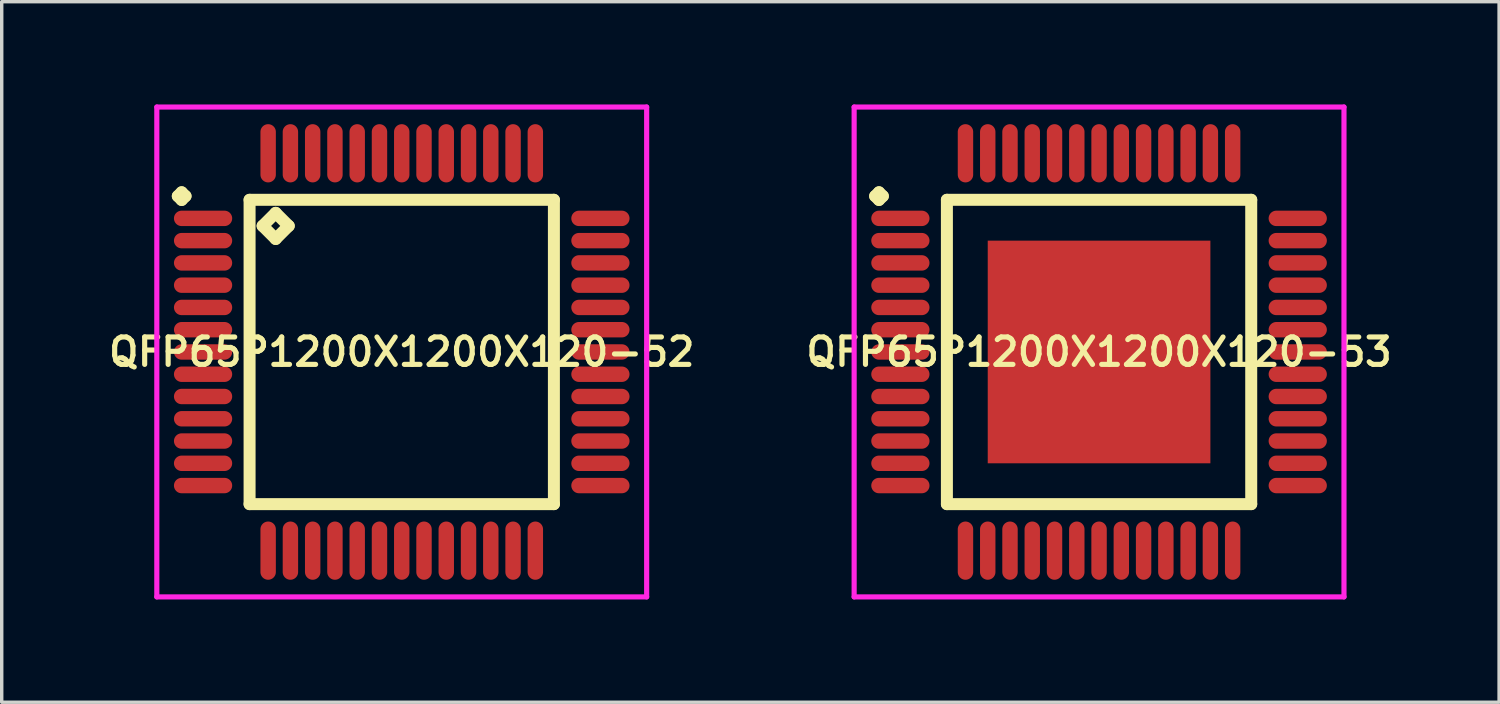
<source format=kicad_pcb>
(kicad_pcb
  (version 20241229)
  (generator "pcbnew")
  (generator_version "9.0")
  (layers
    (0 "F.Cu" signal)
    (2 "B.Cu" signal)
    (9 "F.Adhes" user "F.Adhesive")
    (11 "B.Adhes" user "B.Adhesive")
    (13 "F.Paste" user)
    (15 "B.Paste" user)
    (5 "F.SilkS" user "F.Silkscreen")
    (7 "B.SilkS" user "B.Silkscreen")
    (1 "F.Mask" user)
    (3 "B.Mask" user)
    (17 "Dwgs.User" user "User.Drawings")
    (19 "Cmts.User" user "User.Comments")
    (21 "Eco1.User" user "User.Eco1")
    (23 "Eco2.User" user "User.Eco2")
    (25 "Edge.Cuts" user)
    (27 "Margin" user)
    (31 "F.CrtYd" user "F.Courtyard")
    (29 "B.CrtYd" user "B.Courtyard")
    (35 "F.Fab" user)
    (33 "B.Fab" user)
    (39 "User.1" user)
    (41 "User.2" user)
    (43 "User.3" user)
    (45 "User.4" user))
  (footprint "QFP65P1200X1200X120-53"
    (layer "F.Cu")
    (at 29.035 7.225)
    (property "Reference" "QFP65P1200X1200X120-53" (at 0 0 0) (layer "F.SilkS") (effects (font (size 0.8 0.8) (thickness 0.15))))
    (attr smd)
    (fp_line (start -6.537 -4.55) (end -6.425 -4.662) (stroke (width 0.35) (type solid)) (layer "F.SilkS"))
    (fp_line (start -6.425 -4.662) (end -6.312 -4.55) (stroke (width 0.35) (type solid)) (layer "F.SilkS"))
    (fp_line (start -6.425 -4.438) (end -6.537 -4.55) (stroke (width 0.35) (type solid)) (layer "F.SilkS"))
    (fp_line (start -6.312 -4.55) (end -6.425 -4.438) (stroke (width 0.35) (type solid)) (layer "F.SilkS"))
    (fp_line (start -4.442 -4.442) (end -4.442 4.442) (stroke (width 0.35) (type solid)) (layer "F.SilkS"))
    (fp_line (start -4.442 4.442) (end 4.442 4.442) (stroke (width 0.35) (type solid)) (layer "F.SilkS"))
    (fp_line (start 4.442 -4.442) (end -4.442 -4.442) (stroke (width 0.35) (type solid)) (layer "F.SilkS"))
    (fp_line (start 4.442 4.442) (end 4.442 -4.442) (stroke (width 0.35) (type solid)) (layer "F.SilkS"))
    (fp_line (start -7.15 -7.15) (end 7.15 -7.15) (stroke (width 0.15) (type solid)) (layer "F.CrtYd"))
    (fp_line (start -7.15 7.15) (end -7.15 -7.15) (stroke (width 0.15) (type solid)) (layer "F.CrtYd"))
    (fp_line (start 7.15 -7.15) (end 7.15 7.15) (stroke (width 0.15) (type solid)) (layer "F.CrtYd"))
    (fp_line (start 7.15 7.15) (end -7.15 7.15) (stroke (width 0.15) (type solid)) (layer "F.CrtYd"))
    (pad "1" smd oval (at -5.8 -3.9) (size 1.7 0.45) (layers "F.Cu" "F.Mask" "F.Paste"))
    (pad "2" smd oval (at -5.8 -3.25) (size 1.7 0.45) (layers "F.Cu" "F.Mask" "F.Paste"))
    (pad "3" smd oval (at -5.8 -2.6) (size 1.7 0.45) (layers "F.Cu" "F.Mask" "F.Paste"))
    (pad "4" smd oval (at -5.8 -1.95) (size 1.7 0.45) (layers "F.Cu" "F.Mask" "F.Paste"))
    (pad "5" smd oval (at -5.8 -1.3) (size 1.7 0.45) (layers "F.Cu" "F.Mask" "F.Paste"))
    (pad "6" smd oval (at -5.8 -0.65) (size 1.7 0.45) (layers "F.Cu" "F.Mask" "F.Paste"))
    (pad "7" smd oval (at -5.8 0) (size 1.7 0.45) (layers "F.Cu" "F.Mask" "F.Paste"))
    (pad "8" smd oval (at -5.8 0.65) (size 1.7 0.45) (layers "F.Cu" "F.Mask" "F.Paste"))
    (pad "9" smd oval (at -5.8 1.3) (size 1.7 0.45) (layers "F.Cu" "F.Mask" "F.Paste"))
    (pad "10" smd oval (at -5.8 1.95) (size 1.7 0.45) (layers "F.Cu" "F.Mask" "F.Paste"))
    (pad "11" smd oval (at -5.8 2.6) (size 1.7 0.45) (layers "F.Cu" "F.Mask" "F.Paste"))
    (pad "12" smd oval (at -5.8 3.25) (size 1.7 0.45) (layers "F.Cu" "F.Mask" "F.Paste"))
    (pad "13" smd oval (at -5.8 3.9) (size 1.7 0.45) (layers "F.Cu" "F.Mask" "F.Paste"))
    (pad "14" smd oval (at -3.9 5.8) (size 0.45 1.7) (layers "F.Cu" "F.Mask" "F.Paste"))
    (pad "15" smd oval (at -3.25 5.8) (size 0.45 1.7) (layers "F.Cu" "F.Mask" "F.Paste"))
    (pad "16" smd oval (at -2.6 5.8) (size 0.45 1.7) (layers "F.Cu" "F.Mask" "F.Paste"))
    (pad "17" smd oval (at -1.95 5.8) (size 0.45 1.7) (layers "F.Cu" "F.Mask" "F.Paste"))
    (pad "18" smd oval (at -1.3 5.8) (size 0.45 1.7) (layers "F.Cu" "F.Mask" "F.Paste"))
    (pad "19" smd oval (at -0.65 5.8) (size 0.45 1.7) (layers "F.Cu" "F.Mask" "F.Paste"))
    (pad "20" smd oval (at 0 5.8) (size 0.45 1.7) (layers "F.Cu" "F.Mask" "F.Paste"))
    (pad "21" smd oval (at 0.65 5.8) (size 0.45 1.7) (layers "F.Cu" "F.Mask" "F.Paste"))
    (pad "22" smd oval (at 1.3 5.8) (size 0.45 1.7) (layers "F.Cu" "F.Mask" "F.Paste"))
    (pad "23" smd oval (at 1.95 5.8) (size 0.45 1.7) (layers "F.Cu" "F.Mask" "F.Paste"))
    (pad "24" smd oval (at 2.6 5.8) (size 0.45 1.7) (layers "F.Cu" "F.Mask" "F.Paste"))
    (pad "25" smd oval (at 3.25 5.8) (size 0.45 1.7) (layers "F.Cu" "F.Mask" "F.Paste"))
    (pad "26" smd oval (at 3.9 5.8) (size 0.45 1.7) (layers "F.Cu" "F.Mask" "F.Paste"))
    (pad "27" smd oval (at 5.8 3.9) (size 1.7 0.45) (layers "F.Cu" "F.Mask" "F.Paste"))
    (pad "28" smd oval (at 5.8 3.25) (size 1.7 0.45) (layers "F.Cu" "F.Mask" "F.Paste"))
    (pad "29" smd oval (at 5.8 2.6) (size 1.7 0.45) (layers "F.Cu" "F.Mask" "F.Paste"))
    (pad "30" smd oval (at 5.8 1.95) (size 1.7 0.45) (layers "F.Cu" "F.Mask" "F.Paste"))
    (pad "31" smd oval (at 5.8 1.3) (size 1.7 0.45) (layers "F.Cu" "F.Mask" "F.Paste"))
    (pad "32" smd oval (at 5.8 0.65) (size 1.7 0.45) (layers "F.Cu" "F.Mask" "F.Paste"))
    (pad "33" smd oval (at 5.8 0) (size 1.7 0.45) (layers "F.Cu" "F.Mask" "F.Paste"))
    (pad "34" smd oval (at 5.8 -0.65) (size 1.7 0.45) (layers "F.Cu" "F.Mask" "F.Paste"))
    (pad "35" smd oval (at 5.8 -1.3) (size 1.7 0.45) (layers "F.Cu" "F.Mask" "F.Paste"))
    (pad "36" smd oval (at 5.8 -1.95) (size 1.7 0.45) (layers "F.Cu" "F.Mask" "F.Paste"))
    (pad "37" smd oval (at 5.8 -2.6) (size 1.7 0.45) (layers "F.Cu" "F.Mask" "F.Paste"))
    (pad "38" smd oval (at 5.8 -3.25) (size 1.7 0.45) (layers "F.Cu" "F.Mask" "F.Paste"))
    (pad "39" smd oval (at 5.8 -3.9) (size 1.7 0.45) (layers "F.Cu" "F.Mask" "F.Paste"))
    (pad "40" smd oval (at 3.9 -5.8) (size 0.45 1.7) (layers "F.Cu" "F.Mask" "F.Paste"))
    (pad "41" smd oval (at 3.25 -5.8) (size 0.45 1.7) (layers "F.Cu" "F.Mask" "F.Paste"))
    (pad "42" smd oval (at 2.6 -5.8) (size 0.45 1.7) (layers "F.Cu" "F.Mask" "F.Paste"))
    (pad "43" smd oval (at 1.95 -5.8) (size 0.45 1.7) (layers "F.Cu" "F.Mask" "F.Paste"))
    (pad "44" smd oval (at 1.3 -5.8) (size 0.45 1.7) (layers "F.Cu" "F.Mask" "F.Paste"))
    (pad "45" smd oval (at 0.65 -5.8) (size 0.45 1.7) (layers "F.Cu" "F.Mask" "F.Paste"))
    (pad "46" smd oval (at 0 -5.8) (size 0.45 1.7) (layers "F.Cu" "F.Mask" "F.Paste"))
    (pad "47" smd oval (at -0.65 -5.8) (size 0.45 1.7) (layers "F.Cu" "F.Mask" "F.Paste"))
    (pad "48" smd oval (at -1.3 -5.8) (size 0.45 1.7) (layers "F.Cu" "F.Mask" "F.Paste"))
    (pad "49" smd oval (at -1.95 -5.8) (size 0.45 1.7) (layers "F.Cu" "F.Mask" "F.Paste"))
    (pad "50" smd oval (at -2.6 -5.8) (size 0.45 1.7) (layers "F.Cu" "F.Mask" "F.Paste"))
    (pad "51" smd oval (at -3.25 -5.8) (size 0.45 1.7) (layers "F.Cu" "F.Mask" "F.Paste"))
    (pad "52" smd oval (at -3.9 -5.8) (size 0.45 1.7) (layers "F.Cu" "F.Mask" "F.Paste"))
    (pad "53" smd rect (at 0 0) (size 6.5 6.5) (layers "F.Cu" "F.Mask" "F.Paste")))
  (footprint "QFP65P1200X1200X120-52"
    (layer "F.Cu")
    (at 8.678 7.225)
    (property "Reference" "QFP65P1200X1200X120-52" (at 0 0 0) (layer "F.SilkS") (effects (font (size 0.8 0.8) (thickness 0.15))))
    (attr smd)
    (fp_line (start -6.537 -4.55) (end -6.425 -4.662) (stroke (width 0.35) (type solid)) (layer "F.SilkS"))
    (fp_line (start -6.425 -4.662) (end -6.312 -4.55) (stroke (width 0.35) (type solid)) (layer "F.SilkS"))
    (fp_line (start -6.425 -4.438) (end -6.537 -4.55) (stroke (width 0.35) (type solid)) (layer "F.SilkS"))
    (fp_line (start -6.312 -4.55) (end -6.425 -4.438) (stroke (width 0.35) (type solid)) (layer "F.SilkS"))
    (fp_line (start -4.442 -4.442) (end -4.442 4.442) (stroke (width 0.35) (type solid)) (layer "F.SilkS"))
    (fp_line (start -4.442 4.442) (end 4.442 4.442) (stroke (width 0.35) (type solid)) (layer "F.SilkS"))
    (fp_line (start -4.061 -3.68) (end -3.68 -4.061) (stroke (width 0.35) (type solid)) (layer "F.SilkS"))
    (fp_line (start -3.68 -4.061) (end -3.299 -3.68) (stroke (width 0.35) (type solid)) (layer "F.SilkS"))
    (fp_line (start -3.68 -3.299) (end -4.061 -3.68) (stroke (width 0.35) (type solid)) (layer "F.SilkS"))
    (fp_line (start -3.299 -3.68) (end -3.68 -3.299) (stroke (width 0.35) (type solid)) (layer "F.SilkS"))
    (fp_line (start 4.442 -4.442) (end -4.442 -4.442) (stroke (width 0.35) (type solid)) (layer "F.SilkS"))
    (fp_line (start 4.442 4.442) (end 4.442 -4.442) (stroke (width 0.35) (type solid)) (layer "F.SilkS"))
    (fp_line (start -7.15 -7.15) (end 7.15 -7.15) (stroke (width 0.15) (type solid)) (layer "F.CrtYd"))
    (fp_line (start -7.15 7.15) (end -7.15 -7.15) (stroke (width 0.15) (type solid)) (layer "F.CrtYd"))
    (fp_line (start 7.15 -7.15) (end 7.15 7.15) (stroke (width 0.15) (type solid)) (layer "F.CrtYd"))
    (fp_line (start 7.15 7.15) (end -7.15 7.15) (stroke (width 0.15) (type solid)) (layer "F.CrtYd"))
    (pad "1" smd oval (at -5.8 -3.9) (size 1.7 0.45) (layers "F.Cu" "F.Mask" "F.Paste"))
    (pad "2" smd oval (at -5.8 -3.25) (size 1.7 0.45) (layers "F.Cu" "F.Mask" "F.Paste"))
    (pad "3" smd oval (at -5.8 -2.6) (size 1.7 0.45) (layers "F.Cu" "F.Mask" "F.Paste"))
    (pad "4" smd oval (at -5.8 -1.95) (size 1.7 0.45) (layers "F.Cu" "F.Mask" "F.Paste"))
    (pad "5" smd oval (at -5.8 -1.3) (size 1.7 0.45) (layers "F.Cu" "F.Mask" "F.Paste"))
    (pad "6" smd oval (at -5.8 -0.65) (size 1.7 0.45) (layers "F.Cu" "F.Mask" "F.Paste"))
    (pad "7" smd oval (at -5.8 0) (size 1.7 0.45) (layers "F.Cu" "F.Mask" "F.Paste"))
    (pad "8" smd oval (at -5.8 0.65) (size 1.7 0.45) (layers "F.Cu" "F.Mask" "F.Paste"))
    (pad "9" smd oval (at -5.8 1.3) (size 1.7 0.45) (layers "F.Cu" "F.Mask" "F.Paste"))
    (pad "10" smd oval (at -5.8 1.95) (size 1.7 0.45) (layers "F.Cu" "F.Mask" "F.Paste"))
    (pad "11" smd oval (at -5.8 2.6) (size 1.7 0.45) (layers "F.Cu" "F.Mask" "F.Paste"))
    (pad "12" smd oval (at -5.8 3.25) (size 1.7 0.45) (layers "F.Cu" "F.Mask" "F.Paste"))
    (pad "13" smd oval (at -5.8 3.9) (size 1.7 0.45) (layers "F.Cu" "F.Mask" "F.Paste"))
    (pad "14" smd oval (at -3.9 5.8) (size 0.45 1.7) (layers "F.Cu" "F.Mask" "F.Paste"))
    (pad "15" smd oval (at -3.25 5.8) (size 0.45 1.7) (layers "F.Cu" "F.Mask" "F.Paste"))
    (pad "16" smd oval (at -2.6 5.8) (size 0.45 1.7) (layers "F.Cu" "F.Mask" "F.Paste"))
    (pad "17" smd oval (at -1.95 5.8) (size 0.45 1.7) (layers "F.Cu" "F.Mask" "F.Paste"))
    (pad "18" smd oval (at -1.3 5.8) (size 0.45 1.7) (layers "F.Cu" "F.Mask" "F.Paste"))
    (pad "19" smd oval (at -0.65 5.8) (size 0.45 1.7) (layers "F.Cu" "F.Mask" "F.Paste"))
    (pad "20" smd oval (at 0 5.8) (size 0.45 1.7) (layers "F.Cu" "F.Mask" "F.Paste"))
    (pad "21" smd oval (at 0.65 5.8) (size 0.45 1.7) (layers "F.Cu" "F.Mask" "F.Paste"))
    (pad "22" smd oval (at 1.3 5.8) (size 0.45 1.7) (layers "F.Cu" "F.Mask" "F.Paste"))
    (pad "23" smd oval (at 1.95 5.8) (size 0.45 1.7) (layers "F.Cu" "F.Mask" "F.Paste"))
    (pad "24" smd oval (at 2.6 5.8) (size 0.45 1.7) (layers "F.Cu" "F.Mask" "F.Paste"))
    (pad "25" smd oval (at 3.25 5.8) (size 0.45 1.7) (layers "F.Cu" "F.Mask" "F.Paste"))
    (pad "26" smd oval (at 3.9 5.8) (size 0.45 1.7) (layers "F.Cu" "F.Mask" "F.Paste"))
    (pad "27" smd oval (at 5.8 3.9) (size 1.7 0.45) (layers "F.Cu" "F.Mask" "F.Paste"))
    (pad "28" smd oval (at 5.8 3.25) (size 1.7 0.45) (layers "F.Cu" "F.Mask" "F.Paste"))
    (pad "29" smd oval (at 5.8 2.6) (size 1.7 0.45) (layers "F.Cu" "F.Mask" "F.Paste"))
    (pad "30" smd oval (at 5.8 1.95) (size 1.7 0.45) (layers "F.Cu" "F.Mask" "F.Paste"))
    (pad "31" smd oval (at 5.8 1.3) (size 1.7 0.45) (layers "F.Cu" "F.Mask" "F.Paste"))
    (pad "32" smd oval (at 5.8 0.65) (size 1.7 0.45) (layers "F.Cu" "F.Mask" "F.Paste"))
    (pad "33" smd oval (at 5.8 0) (size 1.7 0.45) (layers "F.Cu" "F.Mask" "F.Paste"))
    (pad "34" smd oval (at 5.8 -0.65) (size 1.7 0.45) (layers "F.Cu" "F.Mask" "F.Paste"))
    (pad "35" smd oval (at 5.8 -1.3) (size 1.7 0.45) (layers "F.Cu" "F.Mask" "F.Paste"))
    (pad "36" smd oval (at 5.8 -1.95) (size 1.7 0.45) (layers "F.Cu" "F.Mask" "F.Paste"))
    (pad "37" smd oval (at 5.8 -2.6) (size 1.7 0.45) (layers "F.Cu" "F.Mask" "F.Paste"))
    (pad "38" smd oval (at 5.8 -3.25) (size 1.7 0.45) (layers "F.Cu" "F.Mask" "F.Paste"))
    (pad "39" smd oval (at 5.8 -3.9) (size 1.7 0.45) (layers "F.Cu" "F.Mask" "F.Paste"))
    (pad "40" smd oval (at 3.9 -5.8) (size 0.45 1.7) (layers "F.Cu" "F.Mask" "F.Paste"))
    (pad "41" smd oval (at 3.25 -5.8) (size 0.45 1.7) (layers "F.Cu" "F.Mask" "F.Paste"))
    (pad "42" smd oval (at 2.6 -5.8) (size 0.45 1.7) (layers "F.Cu" "F.Mask" "F.Paste"))
    (pad "43" smd oval (at 1.95 -5.8) (size 0.45 1.7) (layers "F.Cu" "F.Mask" "F.Paste"))
    (pad "44" smd oval (at 1.3 -5.8) (size 0.45 1.7) (layers "F.Cu" "F.Mask" "F.Paste"))
    (pad "45" smd oval (at 0.65 -5.8) (size 0.45 1.7) (layers "F.Cu" "F.Mask" "F.Paste"))
    (pad "46" smd oval (at 0 -5.8) (size 0.45 1.7) (layers "F.Cu" "F.Mask" "F.Paste"))
    (pad "47" smd oval (at -0.65 -5.8) (size 0.45 1.7) (layers "F.Cu" "F.Mask" "F.Paste"))
    (pad "48" smd oval (at -1.3 -5.8) (size 0.45 1.7) (layers "F.Cu" "F.Mask" "F.Paste"))
    (pad "49" smd oval (at -1.95 -5.8) (size 0.45 1.7) (layers "F.Cu" "F.Mask" "F.Paste"))
    (pad "50" smd oval (at -2.6 -5.8) (size 0.45 1.7) (layers "F.Cu" "F.Mask" "F.Paste"))
    (pad "51" smd oval (at -3.25 -5.8) (size 0.45 1.7) (layers "F.Cu" "F.Mask" "F.Paste"))
    (pad "52" smd oval (at -3.9 -5.8) (size 0.45 1.7) (layers "F.Cu" "F.Mask" "F.Paste")))
  (gr_rect
    (start -3 -3)
    (end 40.713 17.45)
    (stroke (width 0.1) (type default))
    (fill no)
    (layer "Edge.Cuts")))
</source>
